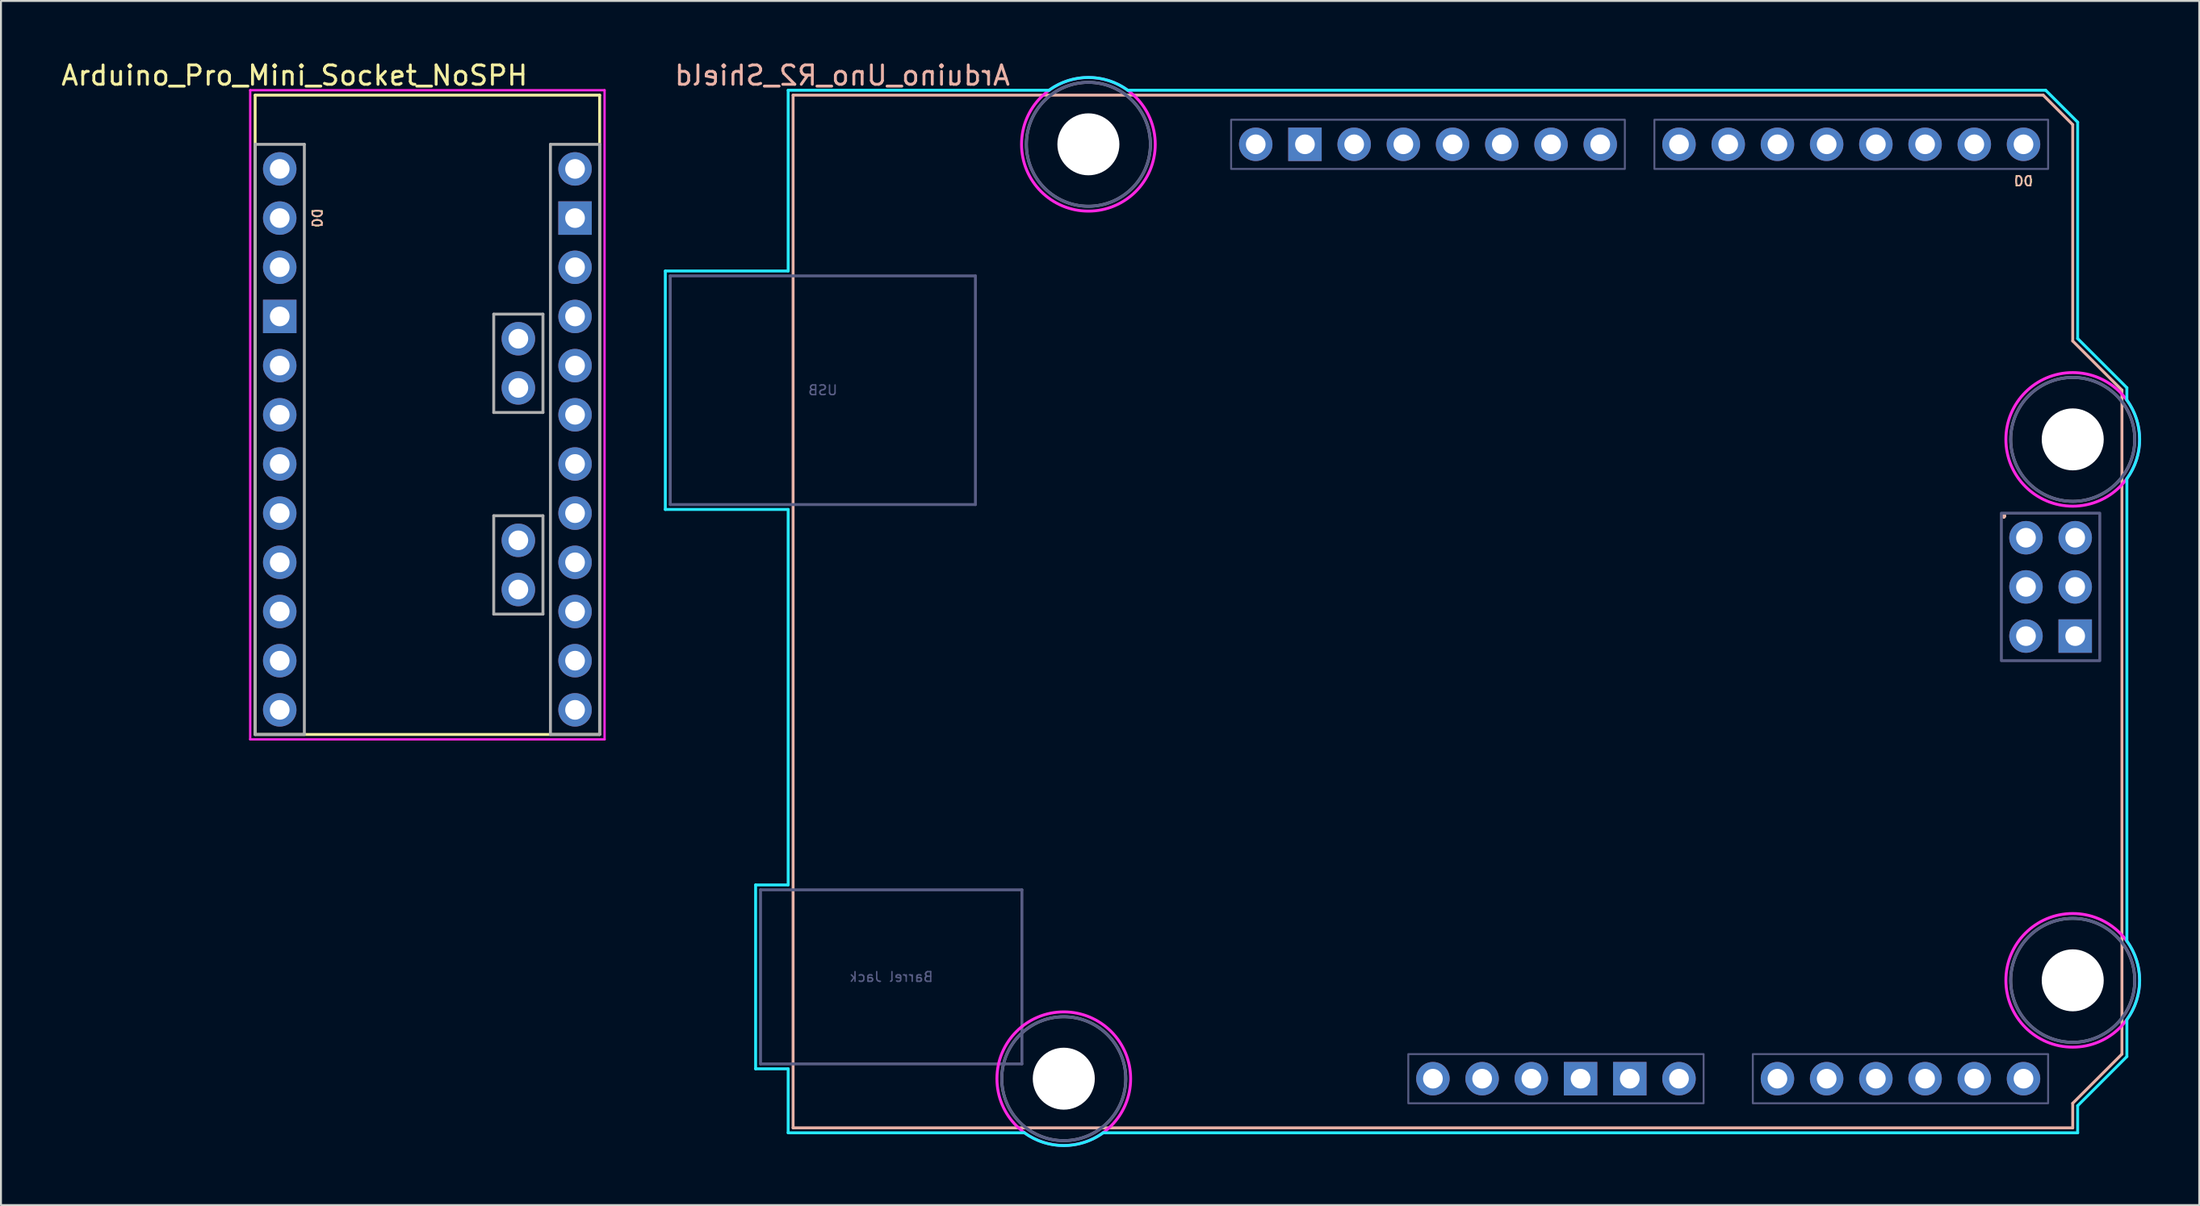
<source format=kicad_pcb>
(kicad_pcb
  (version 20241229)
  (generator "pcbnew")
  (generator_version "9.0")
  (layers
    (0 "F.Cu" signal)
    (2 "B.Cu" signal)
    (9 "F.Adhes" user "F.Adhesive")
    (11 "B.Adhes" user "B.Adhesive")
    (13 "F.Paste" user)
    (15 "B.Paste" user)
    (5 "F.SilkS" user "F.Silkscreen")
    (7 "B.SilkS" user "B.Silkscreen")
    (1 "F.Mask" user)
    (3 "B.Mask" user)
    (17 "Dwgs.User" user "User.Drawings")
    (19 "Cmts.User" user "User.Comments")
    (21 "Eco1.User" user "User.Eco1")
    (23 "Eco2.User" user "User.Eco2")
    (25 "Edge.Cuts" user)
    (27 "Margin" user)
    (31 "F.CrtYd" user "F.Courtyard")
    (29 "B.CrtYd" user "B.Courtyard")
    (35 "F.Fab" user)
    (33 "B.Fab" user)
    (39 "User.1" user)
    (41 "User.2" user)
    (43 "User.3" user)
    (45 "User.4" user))
  (footprint "Arduino_Pro_Mini_Socket_NoSPH"
    (layer "F.Cu")
    (at 19.007 18.374)
    (property "Reference" "Arduino_Pro_Mini_Socket_NoSPH" (at -6.858 -17.526 0) (layer "F.SilkS") (effects (font (size 1 1) (thickness 0.15))))
    (attr through_hole)
    (fp_line (start -8.89 -16.51) (end -8.89 16.51) (stroke (width 0.15) (type solid)) (layer "F.SilkS"))
    (fp_line (start 8.89 -16.51) (end -8.89 -16.51) (stroke (width 0.15) (type solid)) (layer "F.SilkS"))
    (fp_line (start 8.89 -16.51) (end 8.89 16.51) (stroke (width 0.15) (type solid)) (layer "F.SilkS"))
    (fp_line (start 8.89 16.51) (end -8.89 16.51) (stroke (width 0.15) (type solid)) (layer "F.SilkS"))
    (fp_line (start -9.144 -16.764) (end 9.144 -16.764) (stroke (width 0.12) (type solid)) (layer "F.CrtYd"))
    (fp_line (start -9.144 16.764) (end -9.144 -16.764) (stroke (width 0.12) (type solid)) (layer "F.CrtYd"))
    (fp_line (start 9.144 -16.764) (end 9.144 16.764) (stroke (width 0.12) (type solid)) (layer "F.CrtYd"))
    (fp_line (start 9.144 16.764) (end -9.144 16.764) (stroke (width 0.12) (type solid)) (layer "F.CrtYd"))
    (fp_line (start -8.89 -13.97) (end -8.89 16.51) (stroke (width 0.15) (type solid)) (layer "F.Fab"))
    (fp_line (start -8.89 -13.97) (end -6.35 -13.97) (stroke (width 0.15) (type solid)) (layer "F.Fab"))
    (fp_line (start -8.89 16.51) (end -6.35 16.51) (stroke (width 0.15) (type solid)) (layer "F.Fab"))
    (fp_line (start -6.35 -13.97) (end -6.35 16.51) (stroke (width 0.15) (type solid)) (layer "F.Fab"))
    (fp_line (start 3.424 -5.199) (end 3.424 -0.119) (stroke (width 0.15) (type solid)) (layer "F.Fab"))
    (fp_line (start 3.424 -0.119) (end 5.964 -0.119) (stroke (width 0.15) (type solid)) (layer "F.Fab"))
    (fp_line (start 3.424 5.214) (end 3.424 10.295) (stroke (width 0.15) (type solid)) (layer "F.Fab"))
    (fp_line (start 5.964 -5.199) (end 3.424 -5.199) (stroke (width 0.15) (type solid)) (layer "F.Fab"))
    (fp_line (start 5.964 -5.199) (end 5.964 -0.119) (stroke (width 0.15) (type solid)) (layer "F.Fab"))
    (fp_line (start 5.964 5.214) (end 3.424 5.214) (stroke (width 0.15) (type solid)) (layer "F.Fab"))
    (fp_line (start 5.964 5.214) (end 5.964 10.295) (stroke (width 0.15) (type solid)) (layer "F.Fab"))
    (fp_line (start 5.964 10.295) (end 3.424 10.295) (stroke (width 0.15) (type solid)) (layer "F.Fab"))
    (fp_line (start 6.35 -13.97) (end 6.35 16.51) (stroke (width 0.15) (type solid)) (layer "F.Fab"))
    (fp_line (start 6.35 -13.97) (end 8.89 -13.97) (stroke (width 0.15) (type solid)) (layer "F.Fab"))
    (fp_line (start 6.35 16.51) (end 8.89 16.51) (stroke (width 0.15) (type solid)) (layer "F.Fab"))
    (fp_line (start 8.89 -13.97) (end 8.89 16.51) (stroke (width 0.15) (type solid)) (layer "F.Fab"))
    (fp_text user "D0" (at -5.715 -10.16 270) (unlocked yes) (layer "F.SilkS") (effects (font (size 0.5 0.5) (thickness 0.075))))
    (fp_text user "D0" (at -5.715 -10.16 270) (unlocked yes) (layer "B.SilkS") (effects (font (size 0.5 0.5) (thickness 0.075)) (justify mirror)))
    (pad "A0" thru_hole circle (at 7.62 5.08) (size 1.727 1.727) (drill 1.016) (layers "*.Cu" "*.Mask"))
    (pad "A1" thru_hole circle (at 7.62 2.54) (size 1.727 1.727) (drill 1.016) (layers "*.Cu" "*.Mask"))
    (pad "A2" thru_hole circle (at 7.62 0) (size 1.727 1.727) (drill 1.016) (layers "*.Cu" "*.Mask"))
    (pad "A3" thru_hole circle (at 7.62 -2.54) (size 1.727 1.727) (drill 1.016) (layers "*.Cu" "*.Mask"))
    (pad "A4" thru_hole circle (at 4.694 -1.389) (size 1.727 1.727) (drill 1.016) (layers "*.Cu" "*.Mask"))
    (pad "A5" thru_hole circle (at 4.694 -3.929) (size 1.727 1.727) (drill 1.016) (layers "*.Cu" "*.Mask"))
    (pad "A6" thru_hole circle (at 4.694 9.025) (size 1.727 1.727) (drill 1.016) (layers "*.Cu" "*.Mask"))
    (pad "A7" thru_hole circle (at 4.694 6.484) (size 1.727 1.727) (drill 1.016) (layers "*.Cu" "*.Mask"))
    (pad "D0" thru_hole circle (at -7.62 -10.16) (size 1.727 1.727) (drill 1.016) (layers "*.Cu" "*.Mask"))
    (pad "D1" thru_hole circle (at -7.62 -12.7) (size 1.727 1.727) (drill 1.016) (layers "*.Cu" "*.Mask"))
    (pad "D2" thru_hole circle (at -7.62 -2.54) (size 1.727 1.727) (drill 1.016) (layers "*.Cu" "*.Mask"))
    (pad "D3" thru_hole circle (at -7.62 0) (size 1.727 1.727) (drill 1.016) (layers "*.Cu" "*.Mask"))
    (pad "D4" thru_hole circle (at -7.62 2.54) (size 1.727 1.727) (drill 1.016) (layers "*.Cu" "*.Mask"))
    (pad "D5" thru_hole circle (at -7.62 5.08) (size 1.727 1.727) (drill 1.016) (layers "*.Cu" "*.Mask"))
    (pad "D6" thru_hole circle (at -7.62 7.62) (size 1.727 1.727) (drill 1.016) (layers "*.Cu" "*.Mask"))
    (pad "D7" thru_hole circle (at -7.62 10.16) (size 1.727 1.727) (drill 1.016) (layers "*.Cu" "*.Mask"))
    (pad "D8" thru_hole circle (at -7.62 12.7) (size 1.727 1.727) (drill 1.016) (layers "*.Cu" "*.Mask"))
    (pad "D9" thru_hole circle (at -7.62 15.24) (size 1.727 1.727) (drill 1.016) (layers "*.Cu" "*.Mask"))
    (pad "D10" thru_hole circle (at 7.62 15.24) (size 1.727 1.727) (drill 1.016) (layers "*.Cu" "*.Mask"))
    (pad "D11" thru_hole circle (at 7.62 12.7) (size 1.727 1.727) (drill 1.016) (layers "*.Cu" "*.Mask"))
    (pad "D12" thru_hole circle (at 7.62 10.16) (size 1.727 1.727) (drill 1.016) (layers "*.Cu" "*.Mask"))
    (pad "D13" thru_hole circle (at 7.62 7.62) (size 1.727 1.727) (drill 1.016) (layers "*.Cu" "*.Mask"))
    (pad "GND1" thru_hole rect (at -7.62 -5.08) (size 1.727 1.727) (drill 1.016) (layers "*.Cu" "*.Mask"))
    (pad "GND2" thru_hole rect (at 7.62 -10.16) (size 1.727 1.727) (drill 1.016) (layers "*.Cu" "*.Mask"))
    (pad "RAW" thru_hole circle (at 7.62 -12.7) (size 1.727 1.727) (drill 1.016) (layers "*.Cu" "*.Mask"))
    (pad "RST1" thru_hole circle (at -7.62 -7.62) (size 1.727 1.727) (drill 1.016) (layers "*.Cu" "*.Mask"))
    (pad "RST2" thru_hole circle (at 7.62 -7.62) (size 1.727 1.727) (drill 1.016) (layers "*.Cu" "*.Mask"))
    (pad "Vcc1" thru_hole circle (at 7.62 -5.08) (size 1.727 1.727) (drill 1.016) (layers "*.Cu" "*.Mask")))
  (footprint "Arduino_Uno_R2_Shield"
    (layer "F.Cu")
    (at 37.88 55.204)
    (property "Reference" "Arduino_Uno_R2_Shield" (at 2.54 -54.356 0) (layer "B.SilkS") (effects (font (size 1 1) (thickness 0.15)) (justify mirror)))
    (attr through_hole)
    (fp_line (start 0 -53.34) (end 0 0) (stroke (width 0.15) (type solid)) (layer "B.SilkS"))
    (fp_line (start 0 -53.34) (end 64.516 -53.34) (stroke (width 0.15) (type solid)) (layer "B.SilkS"))
    (fp_line (start 0 0) (end 66.04 0) (stroke (width 0.15) (type solid)) (layer "B.SilkS"))
    (fp_line (start 64.516 -53.34) (end 66.04 -51.816) (stroke (width 0.15) (type solid)) (layer "B.SilkS"))
    (fp_line (start 66.04 -40.64) (end 66.04 -51.816) (stroke (width 0.15) (type solid)) (layer "B.SilkS"))
    (fp_line (start 66.04 -1.27) (end 68.58 -3.81) (stroke (width 0.15) (type solid)) (layer "B.SilkS"))
    (fp_line (start 66.04 0) (end 66.04 -1.27) (stroke (width 0.15) (type solid)) (layer "B.SilkS"))
    (fp_line (start 68.58 -38.1) (end 66.04 -40.64) (stroke (width 0.15) (type solid)) (layer "B.SilkS"))
    (fp_line (start 68.58 -3.81) (end 68.58 -38.1) (stroke (width 0.15) (type solid)) (layer "B.SilkS"))
    (fp_line (start -6.594 -44.258) (end -0.254 -44.258) (stroke (width 0.15) (type solid)) (layer "B.CrtYd"))
    (fp_line (start -6.594 -31.94) (end -6.594 -44.258) (stroke (width 0.15) (type solid)) (layer "B.CrtYd"))
    (fp_line (start -1.934 -12.548) (end -1.934 -3.049) (stroke (width 0.15) (type solid)) (layer "B.CrtYd"))
    (fp_line (start -1.934 -12.548) (end -0.254 -12.548) (stroke (width 0.15) (type solid)) (layer "B.CrtYd"))
    (fp_line (start -1.934 -3.049) (end -0.254 -3.049) (stroke (width 0.15) (type solid)) (layer "B.CrtYd"))
    (fp_line (start -0.254 -53.594) (end -0.254 -44.258) (stroke (width 0.15) (type solid)) (layer "B.CrtYd"))
    (fp_line (start -0.254 -31.94) (end -6.594 -31.94) (stroke (width 0.15) (type solid)) (layer "B.CrtYd"))
    (fp_line (start -0.254 -31.94) (end -0.254 -12.548) (stroke (width 0.15) (type solid)) (layer "B.CrtYd"))
    (fp_line (start -0.254 -3.049) (end -0.254 0.254) (stroke (width 0.15) (type solid)) (layer "B.CrtYd"))
    (fp_line (start 11.938 0.254) (end -0.254 0.254) (stroke (width 0.15) (type solid)) (layer "B.CrtYd"))
    (fp_line (start 13.208 -53.594) (end -0.254 -53.594) (stroke (width 0.15) (type solid)) (layer "B.CrtYd"))
    (fp_line (start 16.002 0.254) (end 66.294 0.254) (stroke (width 0.15) (type solid)) (layer "B.CrtYd"))
    (fp_line (start 17.272 -53.594) (end 64.643 -53.594) (stroke (width 0.15) (type solid)) (layer "B.CrtYd"))
    (fp_line (start 64.643 -53.594) (end 66.294 -51.943) (stroke (width 0.15) (type solid)) (layer "B.CrtYd"))
    (fp_line (start 66.294 -40.767) (end 66.294 -51.943) (stroke (width 0.15) (type solid)) (layer "B.CrtYd"))
    (fp_line (start 66.294 -1.143) (end 68.834 -3.683) (stroke (width 0.15) (type solid)) (layer "B.CrtYd"))
    (fp_line (start 66.294 0.254) (end 66.294 -1.143) (stroke (width 0.15) (type solid)) (layer "B.CrtYd"))
    (fp_line (start 68.834 -38.227) (end 66.294 -40.767) (stroke (width 0.15) (type solid)) (layer "B.CrtYd"))
    (fp_line (start 68.834 -38.227) (end 68.834 -37.592) (stroke (width 0.15) (type solid)) (layer "B.CrtYd"))
    (fp_line (start 68.834 -9.652) (end 68.834 -33.528) (stroke (width 0.15) (type solid)) (layer "B.CrtYd"))
    (fp_line (start 68.834 -5.588) (end 68.834 -3.683) (stroke (width 0.15) (type solid)) (layer "B.CrtYd"))
    (fp_arc (start 13.208 -53.594) (mid 15.24 -54.254237) (end 17.272 -53.594) (stroke (width 0.15) (type solid)) (layer "B.CrtYd"))
    (fp_arc (start 16.002 0.254) (mid 13.97 0.914237) (end 11.938 0.254) (stroke (width 0.15) (type solid)) (layer "B.CrtYd"))
    (fp_arc (start 68.834 -37.592) (mid 69.494238 -35.56) (end 68.834 -33.528) (stroke (width 0.15) (type solid)) (layer "B.CrtYd"))
    (fp_arc (start 68.834 -9.652) (mid 69.494238 -7.62) (end 68.834 -5.588) (stroke (width 0.15) (type solid)) (layer "B.CrtYd"))
    (fp_circle (center 13.97 -2.54) (end 17.42 -2.54) (stroke (width 0.15) (type solid)) (fill no) (layer "F.CrtYd"))
    (fp_circle (center 15.24 -50.8) (end 18.69 -50.8) (stroke (width 0.15) (type solid)) (fill no) (layer "F.CrtYd"))
    (fp_circle (center 66.04 -35.56) (end 69.49 -35.56) (stroke (width 0.15) (type solid)) (fill no) (layer "F.CrtYd"))
    (fp_circle (center 66.04 -7.62) (end 69.49 -7.62) (stroke (width 0.15) (type solid)) (fill no) (layer "F.CrtYd"))
    (fp_line (start -6.34 -44.004) (end 9.41 -44.004) (stroke (width 0.15) (type solid)) (layer "B.Fab"))
    (fp_line (start -6.34 -32.194) (end -6.34 -44.004) (stroke (width 0.15) (type solid)) (layer "B.Fab"))
    (fp_line (start -6.34 -32.194) (end 9.41 -32.194) (stroke (width 0.15) (type solid)) (layer "B.Fab"))
    (fp_line (start -1.68 -12.294) (end -1.68 -3.303) (stroke (width 0.15) (type solid)) (layer "B.Fab"))
    (fp_line (start -1.68 -12.294) (end 11.81 -12.294) (stroke (width 0.15) (type solid)) (layer "B.Fab"))
    (fp_line (start -1.68 -3.303) (end 11.81 -3.303) (stroke (width 0.15) (type solid)) (layer "B.Fab"))
    (fp_line (start 9.41 -32.194) (end 9.41 -44.004) (stroke (width 0.15) (type solid)) (layer "B.Fab"))
    (fp_line (start 11.81 -12.294) (end 11.81 -3.303) (stroke (width 0.15) (type solid)) (layer "B.Fab"))
    (fp_rect (start 22.606 -52.07) (end 42.926 -49.53) (stroke (width 0.1) (type solid)) (fill no) (layer "B.Fab"))
    (fp_rect (start 31.75 -3.81) (end 46.99 -1.27) (stroke (width 0.1) (type solid)) (fill no) (layer "B.Fab"))
    (fp_rect (start 44.45 -52.07) (end 64.77 -49.53) (stroke (width 0.1) (type solid)) (fill no) (layer "B.Fab"))
    (fp_rect (start 49.53 -3.81) (end 64.77 -1.27) (stroke (width 0.1) (type solid)) (fill no) (layer "B.Fab"))
    (fp_rect (start 62.357 -31.75) (end 67.437 -24.13) (stroke (width 0.15) (type solid)) (fill no) (layer "B.Fab"))
    (fp_circle (center 13.97 -2.54) (end 17.17 -2.54) (stroke (width 0.15) (type solid)) (fill no) (layer "B.Fab"))
    (fp_circle (center 15.24 -50.8) (end 18.44 -50.8) (stroke (width 0.15) (type solid)) (fill no) (layer "B.Fab"))
    (fp_circle (center 66.04 -35.56) (end 69.24 -35.56) (stroke (width 0.15) (type solid)) (fill no) (layer "B.Fab"))
    (fp_circle (center 66.04 -7.62) (end 69.24 -7.62) (stroke (width 0.15) (type solid)) (fill no) (layer "B.Fab"))
    (fp_circle (center 13.97 -2.54) (end 17.17 -2.54) (stroke (width 0.15) (type solid)) (fill no) (layer "F.Fab"))
    (fp_circle (center 15.24 -50.8) (end 18.44 -50.8) (stroke (width 0.15) (type solid)) (fill no) (layer "F.Fab"))
    (fp_circle (center 66.04 -35.56) (end 69.24 -35.56) (stroke (width 0.15) (type solid)) (fill no) (layer "F.Fab"))
    (fp_circle (center 66.04 -7.62) (end 69.24 -7.62) (stroke (width 0.15) (type solid)) (fill no) (layer "F.Fab"))
    (fp_text user "D0" (at 63.5 -48.895 0) (unlocked yes) (layer "F.SilkS") (effects (font (size 0.5 0.5) (thickness 0.075))))
    (fp_text user "." (at 62.484 -32.004 0) (layer "F.SilkS") (effects (font (size 1 1) (thickness 0.15))))
    (fp_text user "D0" (at 63.5 -48.895 0) (unlocked yes) (layer "B.SilkS") (effects (font (size 0.5 0.5) (thickness 0.075)) (justify mirror)))
    (fp_text user "." (at 62.484 -32.004 0) (layer "B.SilkS") (effects (font (size 1 1) (thickness 0.15))))
    (fp_text user "Barrel Jack" (at 5.065 -7.798 0) (layer "B.Fab") (effects (font (size 0.5 0.5) (thickness 0.075)) (justify mirror)))
    (fp_text user "USB" (at 1.535 -38.099 0) (layer "B.Fab") (effects (font (size 0.5 0.5) (thickness 0.075)) (justify mirror)))
    (pad "" np_thru_hole circle (at 13.97 -2.54) (size 3.2 3.2) (drill 3.2) (layers "*.Cu" "*.Mask"))
    (pad "" np_thru_hole circle (at 15.24 -50.8) (size 3.2 3.2) (drill 3.2) (layers "*.Cu" "*.Mask"))
    (pad "" np_thru_hole circle (at 66.04 -35.56) (size 3.2 3.2) (drill 3.2) (layers "*.Cu" "*.Mask"))
    (pad "" np_thru_hole circle (at 66.04 -7.62) (size 3.2 3.2) (drill 3.2) (layers "*.Cu" "*.Mask"))
    (pad "3V3" thru_hole oval (at 35.56 -2.54) (size 1.727 1.727) (drill 1.016) (layers "*.Cu" "*.Mask"))
    (pad "5V1" thru_hole oval (at 38.1 -2.54) (size 1.727 1.727) (drill 1.016) (layers "*.Cu" "*.Mask"))
    (pad "5V2" thru_hole oval (at 66.167 -30.48) (size 1.727 1.727) (drill 1.016) (layers "*.Cu" "*.Mask"))
    (pad "A0" thru_hole oval (at 50.8 -2.54) (size 1.727 1.727) (drill 1.016) (layers "*.Cu" "*.Mask"))
    (pad "A1" thru_hole oval (at 53.34 -2.54) (size 1.727 1.727) (drill 1.016) (layers "*.Cu" "*.Mask"))
    (pad "A2" thru_hole oval (at 55.88 -2.54) (size 1.727 1.727) (drill 1.016) (layers "*.Cu" "*.Mask"))
    (pad "A3" thru_hole oval (at 58.42 -2.54) (size 1.727 1.727) (drill 1.016) (layers "*.Cu" "*.Mask"))
    (pad "A4" thru_hole oval (at 60.96 -2.54) (size 1.727 1.727) (drill 1.016) (layers "*.Cu" "*.Mask"))
    (pad "A5" thru_hole oval (at 63.5 -2.54) (size 1.727 1.727) (drill 1.016) (layers "*.Cu" "*.Mask"))
    (pad "AREF" thru_hole oval (at 23.876 -50.8) (size 1.727 1.727) (drill 1.016) (layers "*.Cu" "*.Mask"))
    (pad "D0" thru_hole oval (at 63.5 -50.8) (size 1.727 1.727) (drill 1.016) (layers "*.Cu" "*.Mask"))
    (pad "D1" thru_hole oval (at 60.96 -50.8) (size 1.727 1.727) (drill 1.016) (layers "*.Cu" "*.Mask"))
    (pad "D2" thru_hole oval (at 58.42 -50.8) (size 1.727 1.727) (drill 1.016) (layers "*.Cu" "*.Mask"))
    (pad "D3" thru_hole oval (at 55.88 -50.8) (size 1.727 1.727) (drill 1.016) (layers "*.Cu" "*.Mask"))
    (pad "D4" thru_hole oval (at 53.34 -50.8) (size 1.727 1.727) (drill 1.016) (layers "*.Cu" "*.Mask"))
    (pad "D5" thru_hole oval (at 50.8 -50.8) (size 1.727 1.727) (drill 1.016) (layers "*.Cu" "*.Mask"))
    (pad "D6" thru_hole oval (at 48.26 -50.8) (size 1.727 1.727) (drill 1.016) (layers "*.Cu" "*.Mask"))
    (pad "D7" thru_hole oval (at 45.72 -50.8) (size 1.727 1.727) (drill 1.016) (layers "*.Cu" "*.Mask"))
    (pad "D8" thru_hole oval (at 41.656 -50.8) (size 1.727 1.727) (drill 1.016) (layers "*.Cu" "*.Mask"))
    (pad "D9" thru_hole oval (at 39.116 -50.8) (size 1.727 1.727) (drill 1.016) (layers "*.Cu" "*.Mask"))
    (pad "D10" thru_hole oval (at 36.576 -50.8) (size 1.727 1.727) (drill 1.016) (layers "*.Cu" "*.Mask"))
    (pad "D11" thru_hole oval (at 34.036 -50.8) (size 1.727 1.727) (drill 1.016) (layers "*.Cu" "*.Mask"))
    (pad "D12" thru_hole oval (at 31.496 -50.8) (size 1.727 1.727) (drill 1.016) (layers "*.Cu" "*.Mask"))
    (pad "D13" thru_hole oval (at 28.956 -50.8) (size 1.727 1.727) (drill 1.016) (layers "*.Cu" "*.Mask"))
    (pad "GND1" thru_hole rect (at 26.416 -50.8) (size 1.727 1.727) (drill 1.016) (layers "*.Cu" "*.Mask"))
    (pad "GND2" thru_hole rect (at 40.64 -2.54) (size 1.727 1.727) (drill 1.016) (layers "*.Cu" "*.Mask"))
    (pad "GND3" thru_hole rect (at 43.18 -2.54) (size 1.727 1.727) (drill 1.016) (layers "*.Cu" "*.Mask"))
    (pad "GND4" thru_hole rect (at 66.167 -25.4) (size 1.727 1.727) (drill 1.016) (layers "*.Cu" "*.Mask"))
    (pad "MISO" thru_hole oval (at 63.627 -30.48) (size 1.727 1.727) (drill 1.016) (layers "*.Cu" "*.Mask"))
    (pad "MOSI" thru_hole oval (at 66.167 -27.94) (size 1.727 1.727) (drill 1.016) (layers "*.Cu" "*.Mask"))
    (pad "RST1" thru_hole oval (at 33.02 -2.54) (size 1.727 1.727) (drill 1.016) (layers "*.Cu" "*.Mask"))
    (pad "RST2" thru_hole oval (at 63.627 -25.4) (size 1.727 1.727) (drill 1.016) (layers "*.Cu" "*.Mask"))
    (pad "SCK" thru_hole oval (at 63.627 -27.94) (size 1.727 1.727) (drill 1.016) (layers "*.Cu" "*.Mask"))
    (pad "VIN" thru_hole oval (at 45.72 -2.54) (size 1.727 1.727) (drill 1.016) (layers "*.Cu" "*.Mask")))
  (gr_rect
    (start -3 -3)
    (end 110.449 59.193)
    (stroke (width 0.1) (type default))
    (fill no)
    (layer "Edge.Cuts")))
</source>
